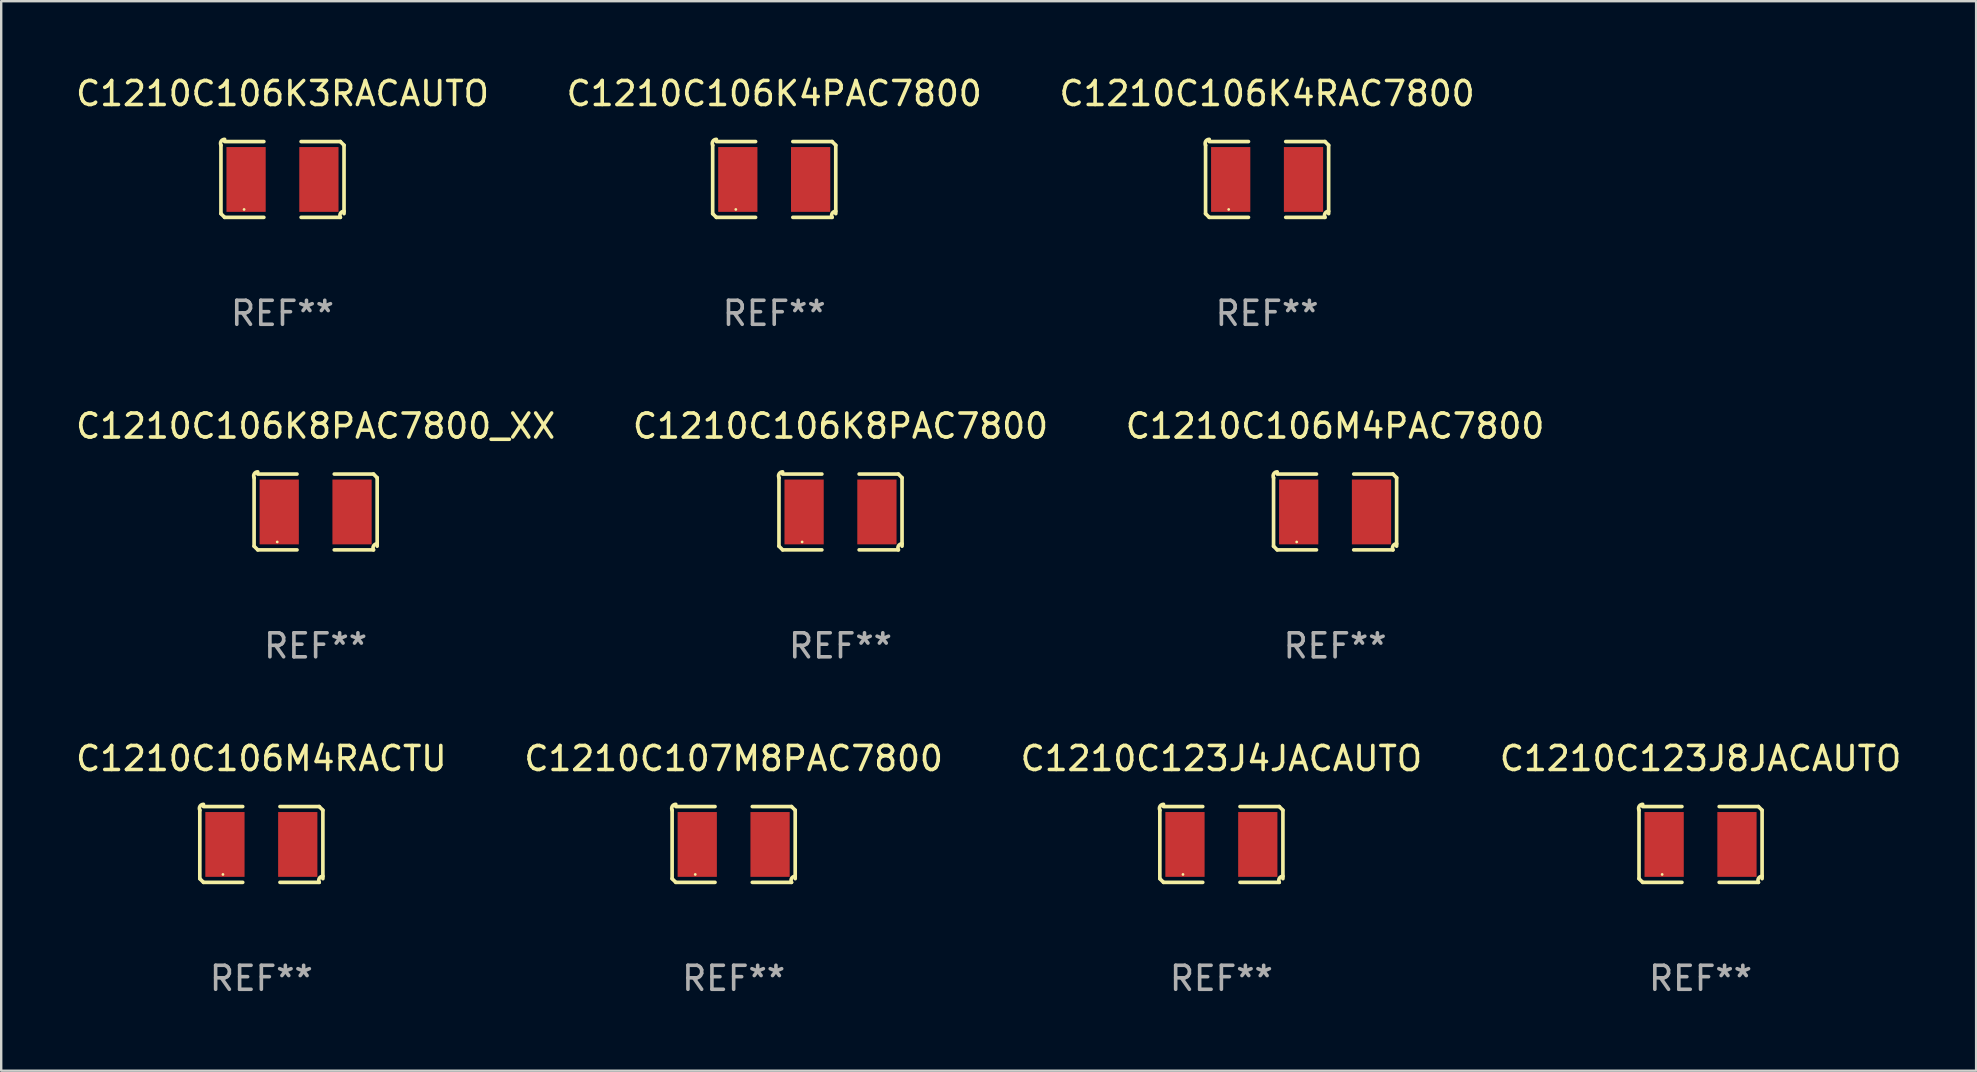
<source format=kicad_pcb>
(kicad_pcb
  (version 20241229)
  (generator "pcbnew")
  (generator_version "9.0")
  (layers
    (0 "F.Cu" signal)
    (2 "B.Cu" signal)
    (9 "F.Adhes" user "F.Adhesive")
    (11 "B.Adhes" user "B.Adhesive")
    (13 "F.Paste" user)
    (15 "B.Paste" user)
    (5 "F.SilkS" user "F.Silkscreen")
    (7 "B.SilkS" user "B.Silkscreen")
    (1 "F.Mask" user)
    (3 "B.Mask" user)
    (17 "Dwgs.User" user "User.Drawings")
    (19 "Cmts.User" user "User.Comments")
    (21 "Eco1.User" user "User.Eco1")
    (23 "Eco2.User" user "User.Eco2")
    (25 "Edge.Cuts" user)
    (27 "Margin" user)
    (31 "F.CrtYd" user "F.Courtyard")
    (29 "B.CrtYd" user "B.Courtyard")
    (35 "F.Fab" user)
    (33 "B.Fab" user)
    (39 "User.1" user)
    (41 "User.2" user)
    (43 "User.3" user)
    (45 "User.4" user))
  (footprint "C1210C106K3RACAUTO"
    (layer "F.Cu")
    (at 8.72 4.427)
    (property "Reference" "C1210C106K3RACAUTO" (at 0 -3.579 0) (layer "F.SilkS") (effects (font (size 1 1) (thickness 0.15))))
    (attr through_hole)
    (fp_line (start -2.564 1.426) (end -2.564 -1.426) (stroke (width 0.152) (type solid)) (layer "F.SilkS"))
    (fp_line (start -2.411 -1.579) (end -0.776 -1.579) (stroke (width 0.152) (type solid)) (layer "F.SilkS"))
    (fp_line (start -0.776 1.579) (end -2.411 1.579) (stroke (width 0.152) (type solid)) (layer "F.SilkS"))
    (fp_line (start 0.776 1.579) (end 2.411 1.579) (stroke (width 0.152) (type solid)) (layer "F.SilkS"))
    (fp_line (start 2.411 -1.579) (end 0.776 -1.579) (stroke (width 0.152) (type solid)) (layer "F.SilkS"))
    (fp_line (start 2.564 1.426) (end 2.564 -1.426) (stroke (width 0.152) (type solid)) (layer "F.SilkS"))
    (fp_arc (start -2.563602 -1.426213) (mid -2.555597 -1.591233) (end -2.411201 -1.671518) (stroke (width 0.1524) (type solid)) (layer "F.SilkS"))
    (fp_arc (start -2.5636 1.426214) (mid -2.487389 1.502402) (end -2.411201 1.578613) (stroke (width 0.1524) (type solid)) (layer "F.SilkS"))
    (fp_arc (start 2.411197 -1.578618) (mid 2.487403 -1.502419) (end 2.563602 -1.426213) (stroke (width 0.1524) (type solid)) (layer "F.SilkS"))
    (fp_arc (start 2.411201 1.578613) (mid 2.416214 1.409455) (end 2.563602 1.32629) (stroke (width 0.1524) (type solid)) (layer "F.SilkS"))
    (fp_circle (center -1.6 1.25) (end -1.57 1.25) (stroke (width 0.06) (type solid)) (fill no) (layer "F.SilkS"))
    (fp_text user "REF**" (at 0 5.579 0) (layer "F.Fab") (effects (font (size 1 1) (thickness 0.15))))
    (pad "1" smd rect (at -1.517 0) (size 1.635 2.7) (layers "F.Cu" "F.Mask" "F.Paste"))
    (pad "2" smd rect (at 1.517 0) (size 1.635 2.7) (layers "F.Cu" "F.Mask" "F.Paste")))
  (footprint "C1210C106K8PAC7800_XX"
    (layer "F.Cu")
    (at 10.101 18.281)
    (property "Reference" "C1210C106K8PAC7800_XX" (at 0 -3.579 0) (layer "F.SilkS") (effects (font (size 1 1) (thickness 0.15))))
    (attr through_hole)
    (fp_line (start -2.564 1.426) (end -2.564 -1.426) (stroke (width 0.152) (type solid)) (layer "F.SilkS"))
    (fp_line (start -2.411 -1.579) (end -0.776 -1.579) (stroke (width 0.152) (type solid)) (layer "F.SilkS"))
    (fp_line (start -0.776 1.579) (end -2.411 1.579) (stroke (width 0.152) (type solid)) (layer "F.SilkS"))
    (fp_line (start 0.776 1.579) (end 2.411 1.579) (stroke (width 0.152) (type solid)) (layer "F.SilkS"))
    (fp_line (start 2.411 -1.579) (end 0.776 -1.579) (stroke (width 0.152) (type solid)) (layer "F.SilkS"))
    (fp_line (start 2.564 1.426) (end 2.564 -1.426) (stroke (width 0.152) (type solid)) (layer "F.SilkS"))
    (fp_arc (start -2.563602 -1.426213) (mid -2.555597 -1.591233) (end -2.411201 -1.671518) (stroke (width 0.1524) (type solid)) (layer "F.SilkS"))
    (fp_arc (start -2.5636 1.426214) (mid -2.487389 1.502402) (end -2.411201 1.578613) (stroke (width 0.1524) (type solid)) (layer "F.SilkS"))
    (fp_arc (start 2.411197 -1.578618) (mid 2.487403 -1.502419) (end 2.563602 -1.426213) (stroke (width 0.1524) (type solid)) (layer "F.SilkS"))
    (fp_arc (start 2.411201 1.578613) (mid 2.416214 1.409455) (end 2.563602 1.32629) (stroke (width 0.1524) (type solid)) (layer "F.SilkS"))
    (fp_circle (center -1.6 1.25) (end -1.57 1.25) (stroke (width 0.06) (type solid)) (fill no) (layer "F.SilkS"))
    (fp_text user "REF**" (at 0 5.579 0) (layer "F.Fab") (effects (font (size 1 1) (thickness 0.15))))
    (pad "1" smd rect (at -1.517 0) (size 1.635 2.7) (layers "F.Cu" "F.Mask" "F.Paste"))
    (pad "2" smd rect (at 1.517 0) (size 1.635 2.7) (layers "F.Cu" "F.Mask" "F.Paste")))
  (footprint "C1210C106M4RACTU"
    (layer "F.Cu")
    (at 7.839 32.134)
    (property "Reference" "C1210C106M4RACTU" (at 0 -3.579 0) (layer "F.SilkS") (effects (font (size 1 1) (thickness 0.15))))
    (attr through_hole)
    (fp_line (start -2.564 1.426) (end -2.564 -1.426) (stroke (width 0.152) (type solid)) (layer "F.SilkS"))
    (fp_line (start -2.411 -1.579) (end -0.776 -1.579) (stroke (width 0.152) (type solid)) (layer "F.SilkS"))
    (fp_line (start -0.776 1.579) (end -2.411 1.579) (stroke (width 0.152) (type solid)) (layer "F.SilkS"))
    (fp_line (start 0.776 1.579) (end 2.411 1.579) (stroke (width 0.152) (type solid)) (layer "F.SilkS"))
    (fp_line (start 2.411 -1.579) (end 0.776 -1.579) (stroke (width 0.152) (type solid)) (layer "F.SilkS"))
    (fp_line (start 2.564 1.426) (end 2.564 -1.426) (stroke (width 0.152) (type solid)) (layer "F.SilkS"))
    (fp_arc (start -2.563602 -1.426213) (mid -2.555597 -1.591233) (end -2.411201 -1.671518) (stroke (width 0.1524) (type solid)) (layer "F.SilkS"))
    (fp_arc (start -2.5636 1.426214) (mid -2.487389 1.502402) (end -2.411201 1.578613) (stroke (width 0.1524) (type solid)) (layer "F.SilkS"))
    (fp_arc (start 2.411197 -1.578618) (mid 2.487403 -1.502419) (end 2.563602 -1.426213) (stroke (width 0.1524) (type solid)) (layer "F.SilkS"))
    (fp_arc (start 2.411201 1.578613) (mid 2.416214 1.409455) (end 2.563602 1.32629) (stroke (width 0.1524) (type solid)) (layer "F.SilkS"))
    (fp_circle (center -1.6 1.25) (end -1.57 1.25) (stroke (width 0.06) (type solid)) (fill no) (layer "F.SilkS"))
    (fp_text user "REF**" (at 0 5.579 0) (layer "F.Fab") (effects (font (size 1 1) (thickness 0.15))))
    (pad "1" smd rect (at -1.517 0) (size 1.635 2.7) (layers "F.Cu" "F.Mask" "F.Paste"))
    (pad "2" smd rect (at 1.517 0) (size 1.635 2.7) (layers "F.Cu" "F.Mask" "F.Paste")))
  (footprint "C1210C123J4JACAUTO"
    (layer "F.Cu")
    (at 47.839 32.134)
    (property "Reference" "C1210C123J4JACAUTO" (at 0 -3.579 0) (layer "F.SilkS") (effects (font (size 1 1) (thickness 0.15))))
    (attr through_hole)
    (fp_line (start -2.564 1.426) (end -2.564 -1.426) (stroke (width 0.152) (type solid)) (layer "F.SilkS"))
    (fp_line (start -2.411 -1.579) (end -0.776 -1.579) (stroke (width 0.152) (type solid)) (layer "F.SilkS"))
    (fp_line (start -0.776 1.579) (end -2.411 1.579) (stroke (width 0.152) (type solid)) (layer "F.SilkS"))
    (fp_line (start 0.776 1.579) (end 2.411 1.579) (stroke (width 0.152) (type solid)) (layer "F.SilkS"))
    (fp_line (start 2.411 -1.579) (end 0.776 -1.579) (stroke (width 0.152) (type solid)) (layer "F.SilkS"))
    (fp_line (start 2.564 1.426) (end 2.564 -1.426) (stroke (width 0.152) (type solid)) (layer "F.SilkS"))
    (fp_arc (start -2.563602 -1.426213) (mid -2.555597 -1.591233) (end -2.411201 -1.671518) (stroke (width 0.1524) (type solid)) (layer "F.SilkS"))
    (fp_arc (start -2.5636 1.426214) (mid -2.487389 1.502402) (end -2.411201 1.578613) (stroke (width 0.1524) (type solid)) (layer "F.SilkS"))
    (fp_arc (start 2.411197 -1.578618) (mid 2.487403 -1.502419) (end 2.563602 -1.426213) (stroke (width 0.1524) (type solid)) (layer "F.SilkS"))
    (fp_arc (start 2.411201 1.578613) (mid 2.416214 1.409455) (end 2.563602 1.32629) (stroke (width 0.1524) (type solid)) (layer "F.SilkS"))
    (fp_circle (center -1.6 1.25) (end -1.57 1.25) (stroke (width 0.06) (type solid)) (fill no) (layer "F.SilkS"))
    (fp_text user "REF**" (at 0 5.579 0) (layer "F.Fab") (effects (font (size 1 1) (thickness 0.15))))
    (pad "1" smd rect (at -1.517 0) (size 1.635 2.7) (layers "F.Cu" "F.Mask" "F.Paste"))
    (pad "2" smd rect (at 1.517 0) (size 1.635 2.7) (layers "F.Cu" "F.Mask" "F.Paste")))
  (footprint "C1210C107M8PAC7800"
    (layer "F.Cu")
    (at 27.518 32.134)
    (property "Reference" "C1210C107M8PAC7800" (at 0 -3.579 0) (layer "F.SilkS") (effects (font (size 1 1) (thickness 0.15))))
    (attr through_hole)
    (fp_line (start -2.564 1.426) (end -2.564 -1.426) (stroke (width 0.152) (type solid)) (layer "F.SilkS"))
    (fp_line (start -2.411 -1.579) (end -0.776 -1.579) (stroke (width 0.152) (type solid)) (layer "F.SilkS"))
    (fp_line (start -0.776 1.579) (end -2.411 1.579) (stroke (width 0.152) (type solid)) (layer "F.SilkS"))
    (fp_line (start 0.776 1.579) (end 2.411 1.579) (stroke (width 0.152) (type solid)) (layer "F.SilkS"))
    (fp_line (start 2.411 -1.579) (end 0.776 -1.579) (stroke (width 0.152) (type solid)) (layer "F.SilkS"))
    (fp_line (start 2.564 1.426) (end 2.564 -1.426) (stroke (width 0.152) (type solid)) (layer "F.SilkS"))
    (fp_arc (start -2.563602 -1.426213) (mid -2.555597 -1.591233) (end -2.411201 -1.671518) (stroke (width 0.1524) (type solid)) (layer "F.SilkS"))
    (fp_arc (start -2.5636 1.426214) (mid -2.487389 1.502402) (end -2.411201 1.578613) (stroke (width 0.1524) (type solid)) (layer "F.SilkS"))
    (fp_arc (start 2.411197 -1.578618) (mid 2.487403 -1.502419) (end 2.563602 -1.426213) (stroke (width 0.1524) (type solid)) (layer "F.SilkS"))
    (fp_arc (start 2.411201 1.578613) (mid 2.416214 1.409455) (end 2.563602 1.32629) (stroke (width 0.1524) (type solid)) (layer "F.SilkS"))
    (fp_circle (center -1.6 1.25) (end -1.57 1.25) (stroke (width 0.06) (type solid)) (fill no) (layer "F.SilkS"))
    (fp_text user "REF**" (at 0 5.579 0) (layer "F.Fab") (effects (font (size 1 1) (thickness 0.15))))
    (pad "1" smd rect (at -1.517 0) (size 1.635 2.7) (layers "F.Cu" "F.Mask" "F.Paste"))
    (pad "2" smd rect (at 1.517 0) (size 1.635 2.7) (layers "F.Cu" "F.Mask" "F.Paste")))
  (footprint "C1210C106K4PAC7800"
    (layer "F.Cu")
    (at 29.208 4.427)
    (property "Reference" "C1210C106K4PAC7800" (at 0 -3.579 0) (layer "F.SilkS") (effects (font (size 1 1) (thickness 0.15))))
    (attr through_hole)
    (fp_line (start -2.564 1.426) (end -2.564 -1.426) (stroke (width 0.152) (type solid)) (layer "F.SilkS"))
    (fp_line (start -2.411 -1.579) (end -0.776 -1.579) (stroke (width 0.152) (type solid)) (layer "F.SilkS"))
    (fp_line (start -0.776 1.579) (end -2.411 1.579) (stroke (width 0.152) (type solid)) (layer "F.SilkS"))
    (fp_line (start 0.776 1.579) (end 2.411 1.579) (stroke (width 0.152) (type solid)) (layer "F.SilkS"))
    (fp_line (start 2.411 -1.579) (end 0.776 -1.579) (stroke (width 0.152) (type solid)) (layer "F.SilkS"))
    (fp_line (start 2.564 1.426) (end 2.564 -1.426) (stroke (width 0.152) (type solid)) (layer "F.SilkS"))
    (fp_arc (start -2.563602 -1.426213) (mid -2.555597 -1.591233) (end -2.411201 -1.671518) (stroke (width 0.1524) (type solid)) (layer "F.SilkS"))
    (fp_arc (start -2.5636 1.426214) (mid -2.487389 1.502402) (end -2.411201 1.578613) (stroke (width 0.1524) (type solid)) (layer "F.SilkS"))
    (fp_arc (start 2.411197 -1.578618) (mid 2.487403 -1.502419) (end 2.563602 -1.426213) (stroke (width 0.1524) (type solid)) (layer "F.SilkS"))
    (fp_arc (start 2.411201 1.578613) (mid 2.416214 1.409455) (end 2.563602 1.32629) (stroke (width 0.1524) (type solid)) (layer "F.SilkS"))
    (fp_circle (center -1.6 1.25) (end -1.57 1.25) (stroke (width 0.06) (type solid)) (fill no) (layer "F.SilkS"))
    (fp_text user "REF**" (at 0 5.579 0) (layer "F.Fab") (effects (font (size 1 1) (thickness 0.15))))
    (pad "1" smd rect (at -1.517 0) (size 1.635 2.7) (layers "F.Cu" "F.Mask" "F.Paste"))
    (pad "2" smd rect (at 1.517 0) (size 1.635 2.7) (layers "F.Cu" "F.Mask" "F.Paste")))
  (footprint "C1210C106K4RAC7800"
    (layer "F.Cu")
    (at 49.744 4.427)
    (property "Reference" "C1210C106K4RAC7800" (at 0 -3.579 0) (layer "F.SilkS") (effects (font (size 1 1) (thickness 0.15))))
    (attr through_hole)
    (fp_line (start -2.564 1.426) (end -2.564 -1.426) (stroke (width 0.152) (type solid)) (layer "F.SilkS"))
    (fp_line (start -2.411 -1.579) (end -0.776 -1.579) (stroke (width 0.152) (type solid)) (layer "F.SilkS"))
    (fp_line (start -0.776 1.579) (end -2.411 1.579) (stroke (width 0.152) (type solid)) (layer "F.SilkS"))
    (fp_line (start 0.776 1.579) (end 2.411 1.579) (stroke (width 0.152) (type solid)) (layer "F.SilkS"))
    (fp_line (start 2.411 -1.579) (end 0.776 -1.579) (stroke (width 0.152) (type solid)) (layer "F.SilkS"))
    (fp_line (start 2.564 1.426) (end 2.564 -1.426) (stroke (width 0.152) (type solid)) (layer "F.SilkS"))
    (fp_arc (start -2.563602 -1.426213) (mid -2.555597 -1.591233) (end -2.411201 -1.671518) (stroke (width 0.1524) (type solid)) (layer "F.SilkS"))
    (fp_arc (start -2.5636 1.426214) (mid -2.487389 1.502402) (end -2.411201 1.578613) (stroke (width 0.1524) (type solid)) (layer "F.SilkS"))
    (fp_arc (start 2.411197 -1.578618) (mid 2.487403 -1.502419) (end 2.563602 -1.426213) (stroke (width 0.1524) (type solid)) (layer "F.SilkS"))
    (fp_arc (start 2.411201 1.578613) (mid 2.416214 1.409455) (end 2.563602 1.32629) (stroke (width 0.1524) (type solid)) (layer "F.SilkS"))
    (fp_circle (center -1.6 1.25) (end -1.57 1.25) (stroke (width 0.06) (type solid)) (fill no) (layer "F.SilkS"))
    (fp_text user "REF**" (at 0 5.579 0) (layer "F.Fab") (effects (font (size 1 1) (thickness 0.15))))
    (pad "1" smd rect (at -1.517 0) (size 1.635 2.7) (layers "F.Cu" "F.Mask" "F.Paste"))
    (pad "2" smd rect (at 1.517 0) (size 1.635 2.7) (layers "F.Cu" "F.Mask" "F.Paste")))
  (footprint "C1210C106M4PAC7800"
    (layer "F.Cu")
    (at 52.577 18.281)
    (property "Reference" "C1210C106M4PAC7800" (at 0 -3.579 0) (layer "F.SilkS") (effects (font (size 1 1) (thickness 0.15))))
    (attr through_hole)
    (fp_line (start -2.564 1.426) (end -2.564 -1.426) (stroke (width 0.152) (type solid)) (layer "F.SilkS"))
    (fp_line (start -2.411 -1.579) (end -0.776 -1.579) (stroke (width 0.152) (type solid)) (layer "F.SilkS"))
    (fp_line (start -0.776 1.579) (end -2.411 1.579) (stroke (width 0.152) (type solid)) (layer "F.SilkS"))
    (fp_line (start 0.776 1.579) (end 2.411 1.579) (stroke (width 0.152) (type solid)) (layer "F.SilkS"))
    (fp_line (start 2.411 -1.579) (end 0.776 -1.579) (stroke (width 0.152) (type solid)) (layer "F.SilkS"))
    (fp_line (start 2.564 1.426) (end 2.564 -1.426) (stroke (width 0.152) (type solid)) (layer "F.SilkS"))
    (fp_arc (start -2.563602 -1.426213) (mid -2.555597 -1.591233) (end -2.411201 -1.671518) (stroke (width 0.1524) (type solid)) (layer "F.SilkS"))
    (fp_arc (start -2.5636 1.426214) (mid -2.487389 1.502402) (end -2.411201 1.578613) (stroke (width 0.1524) (type solid)) (layer "F.SilkS"))
    (fp_arc (start 2.411197 -1.578618) (mid 2.487403 -1.502419) (end 2.563602 -1.426213) (stroke (width 0.1524) (type solid)) (layer "F.SilkS"))
    (fp_arc (start 2.411201 1.578613) (mid 2.416214 1.409455) (end 2.563602 1.32629) (stroke (width 0.1524) (type solid)) (layer "F.SilkS"))
    (fp_circle (center -1.6 1.25) (end -1.57 1.25) (stroke (width 0.06) (type solid)) (fill no) (layer "F.SilkS"))
    (fp_text user "REF**" (at 0 5.579 0) (layer "F.Fab") (effects (font (size 1 1) (thickness 0.15))))
    (pad "1" smd rect (at -1.517 0) (size 1.635 2.7) (layers "F.Cu" "F.Mask" "F.Paste"))
    (pad "2" smd rect (at 1.517 0) (size 1.635 2.7) (layers "F.Cu" "F.Mask" "F.Paste")))
  (footprint "C1210C123J8JACAUTO"
    (layer "F.Cu")
    (at 67.804 32.134)
    (property "Reference" "C1210C123J8JACAUTO" (at 0 -3.579 0) (layer "F.SilkS") (effects (font (size 1 1) (thickness 0.15))))
    (attr through_hole)
    (fp_line (start -2.564 1.426) (end -2.564 -1.426) (stroke (width 0.152) (type solid)) (layer "F.SilkS"))
    (fp_line (start -2.411 -1.579) (end -0.776 -1.579) (stroke (width 0.152) (type solid)) (layer "F.SilkS"))
    (fp_line (start -0.776 1.579) (end -2.411 1.579) (stroke (width 0.152) (type solid)) (layer "F.SilkS"))
    (fp_line (start 0.776 1.579) (end 2.411 1.579) (stroke (width 0.152) (type solid)) (layer "F.SilkS"))
    (fp_line (start 2.411 -1.579) (end 0.776 -1.579) (stroke (width 0.152) (type solid)) (layer "F.SilkS"))
    (fp_line (start 2.564 1.426) (end 2.564 -1.426) (stroke (width 0.152) (type solid)) (layer "F.SilkS"))
    (fp_arc (start -2.563602 -1.426213) (mid -2.555597 -1.591233) (end -2.411201 -1.671518) (stroke (width 0.1524) (type solid)) (layer "F.SilkS"))
    (fp_arc (start -2.5636 1.426214) (mid -2.487389 1.502402) (end -2.411201 1.578613) (stroke (width 0.1524) (type solid)) (layer "F.SilkS"))
    (fp_arc (start 2.411197 -1.578618) (mid 2.487403 -1.502419) (end 2.563602 -1.426213) (stroke (width 0.1524) (type solid)) (layer "F.SilkS"))
    (fp_arc (start 2.411201 1.578613) (mid 2.416214 1.409455) (end 2.563602 1.32629) (stroke (width 0.1524) (type solid)) (layer "F.SilkS"))
    (fp_circle (center -1.6 1.25) (end -1.57 1.25) (stroke (width 0.06) (type solid)) (fill no) (layer "F.SilkS"))
    (fp_text user "REF**" (at 0 5.579 0) (layer "F.Fab") (effects (font (size 1 1) (thickness 0.15))))
    (pad "1" smd rect (at -1.517 0) (size 1.635 2.7) (layers "F.Cu" "F.Mask" "F.Paste"))
    (pad "2" smd rect (at 1.517 0) (size 1.635 2.7) (layers "F.Cu" "F.Mask" "F.Paste")))
  (footprint "C1210C106K8PAC7800"
    (layer "F.Cu")
    (at 31.97 18.281)
    (property "Reference" "C1210C106K8PAC7800" (at 0 -3.579 0) (layer "F.SilkS") (effects (font (size 1 1) (thickness 0.15))))
    (attr through_hole)
    (fp_line (start -2.564 1.426) (end -2.564 -1.426) (stroke (width 0.152) (type solid)) (layer "F.SilkS"))
    (fp_line (start -2.411 -1.579) (end -0.776 -1.579) (stroke (width 0.152) (type solid)) (layer "F.SilkS"))
    (fp_line (start -0.776 1.579) (end -2.411 1.579) (stroke (width 0.152) (type solid)) (layer "F.SilkS"))
    (fp_line (start 0.776 1.579) (end 2.411 1.579) (stroke (width 0.152) (type solid)) (layer "F.SilkS"))
    (fp_line (start 2.411 -1.579) (end 0.776 -1.579) (stroke (width 0.152) (type solid)) (layer "F.SilkS"))
    (fp_line (start 2.564 1.426) (end 2.564 -1.426) (stroke (width 0.152) (type solid)) (layer "F.SilkS"))
    (fp_arc (start -2.563602 -1.426213) (mid -2.555597 -1.591233) (end -2.411201 -1.671518) (stroke (width 0.1524) (type solid)) (layer "F.SilkS"))
    (fp_arc (start -2.5636 1.426214) (mid -2.487389 1.502402) (end -2.411201 1.578613) (stroke (width 0.1524) (type solid)) (layer "F.SilkS"))
    (fp_arc (start 2.411197 -1.578618) (mid 2.487403 -1.502419) (end 2.563602 -1.426213) (stroke (width 0.1524) (type solid)) (layer "F.SilkS"))
    (fp_arc (start 2.411201 1.578613) (mid 2.416214 1.409455) (end 2.563602 1.32629) (stroke (width 0.1524) (type solid)) (layer "F.SilkS"))
    (fp_circle (center -1.6 1.25) (end -1.57 1.25) (stroke (width 0.06) (type solid)) (fill no) (layer "F.SilkS"))
    (fp_text user "REF**" (at 0 5.579 0) (layer "F.Fab") (effects (font (size 1 1) (thickness 0.15))))
    (pad "1" smd rect (at -1.517 0) (size 1.635 2.7) (layers "F.Cu" "F.Mask" "F.Paste"))
    (pad "2" smd rect (at 1.517 0) (size 1.635 2.7) (layers "F.Cu" "F.Mask" "F.Paste")))
  (gr_rect
    (start -3 -3)
    (end 79.286 41.561)
    (stroke (width 0.1) (type default))
    (fill no)
    (layer "Edge.Cuts")))
</source>
